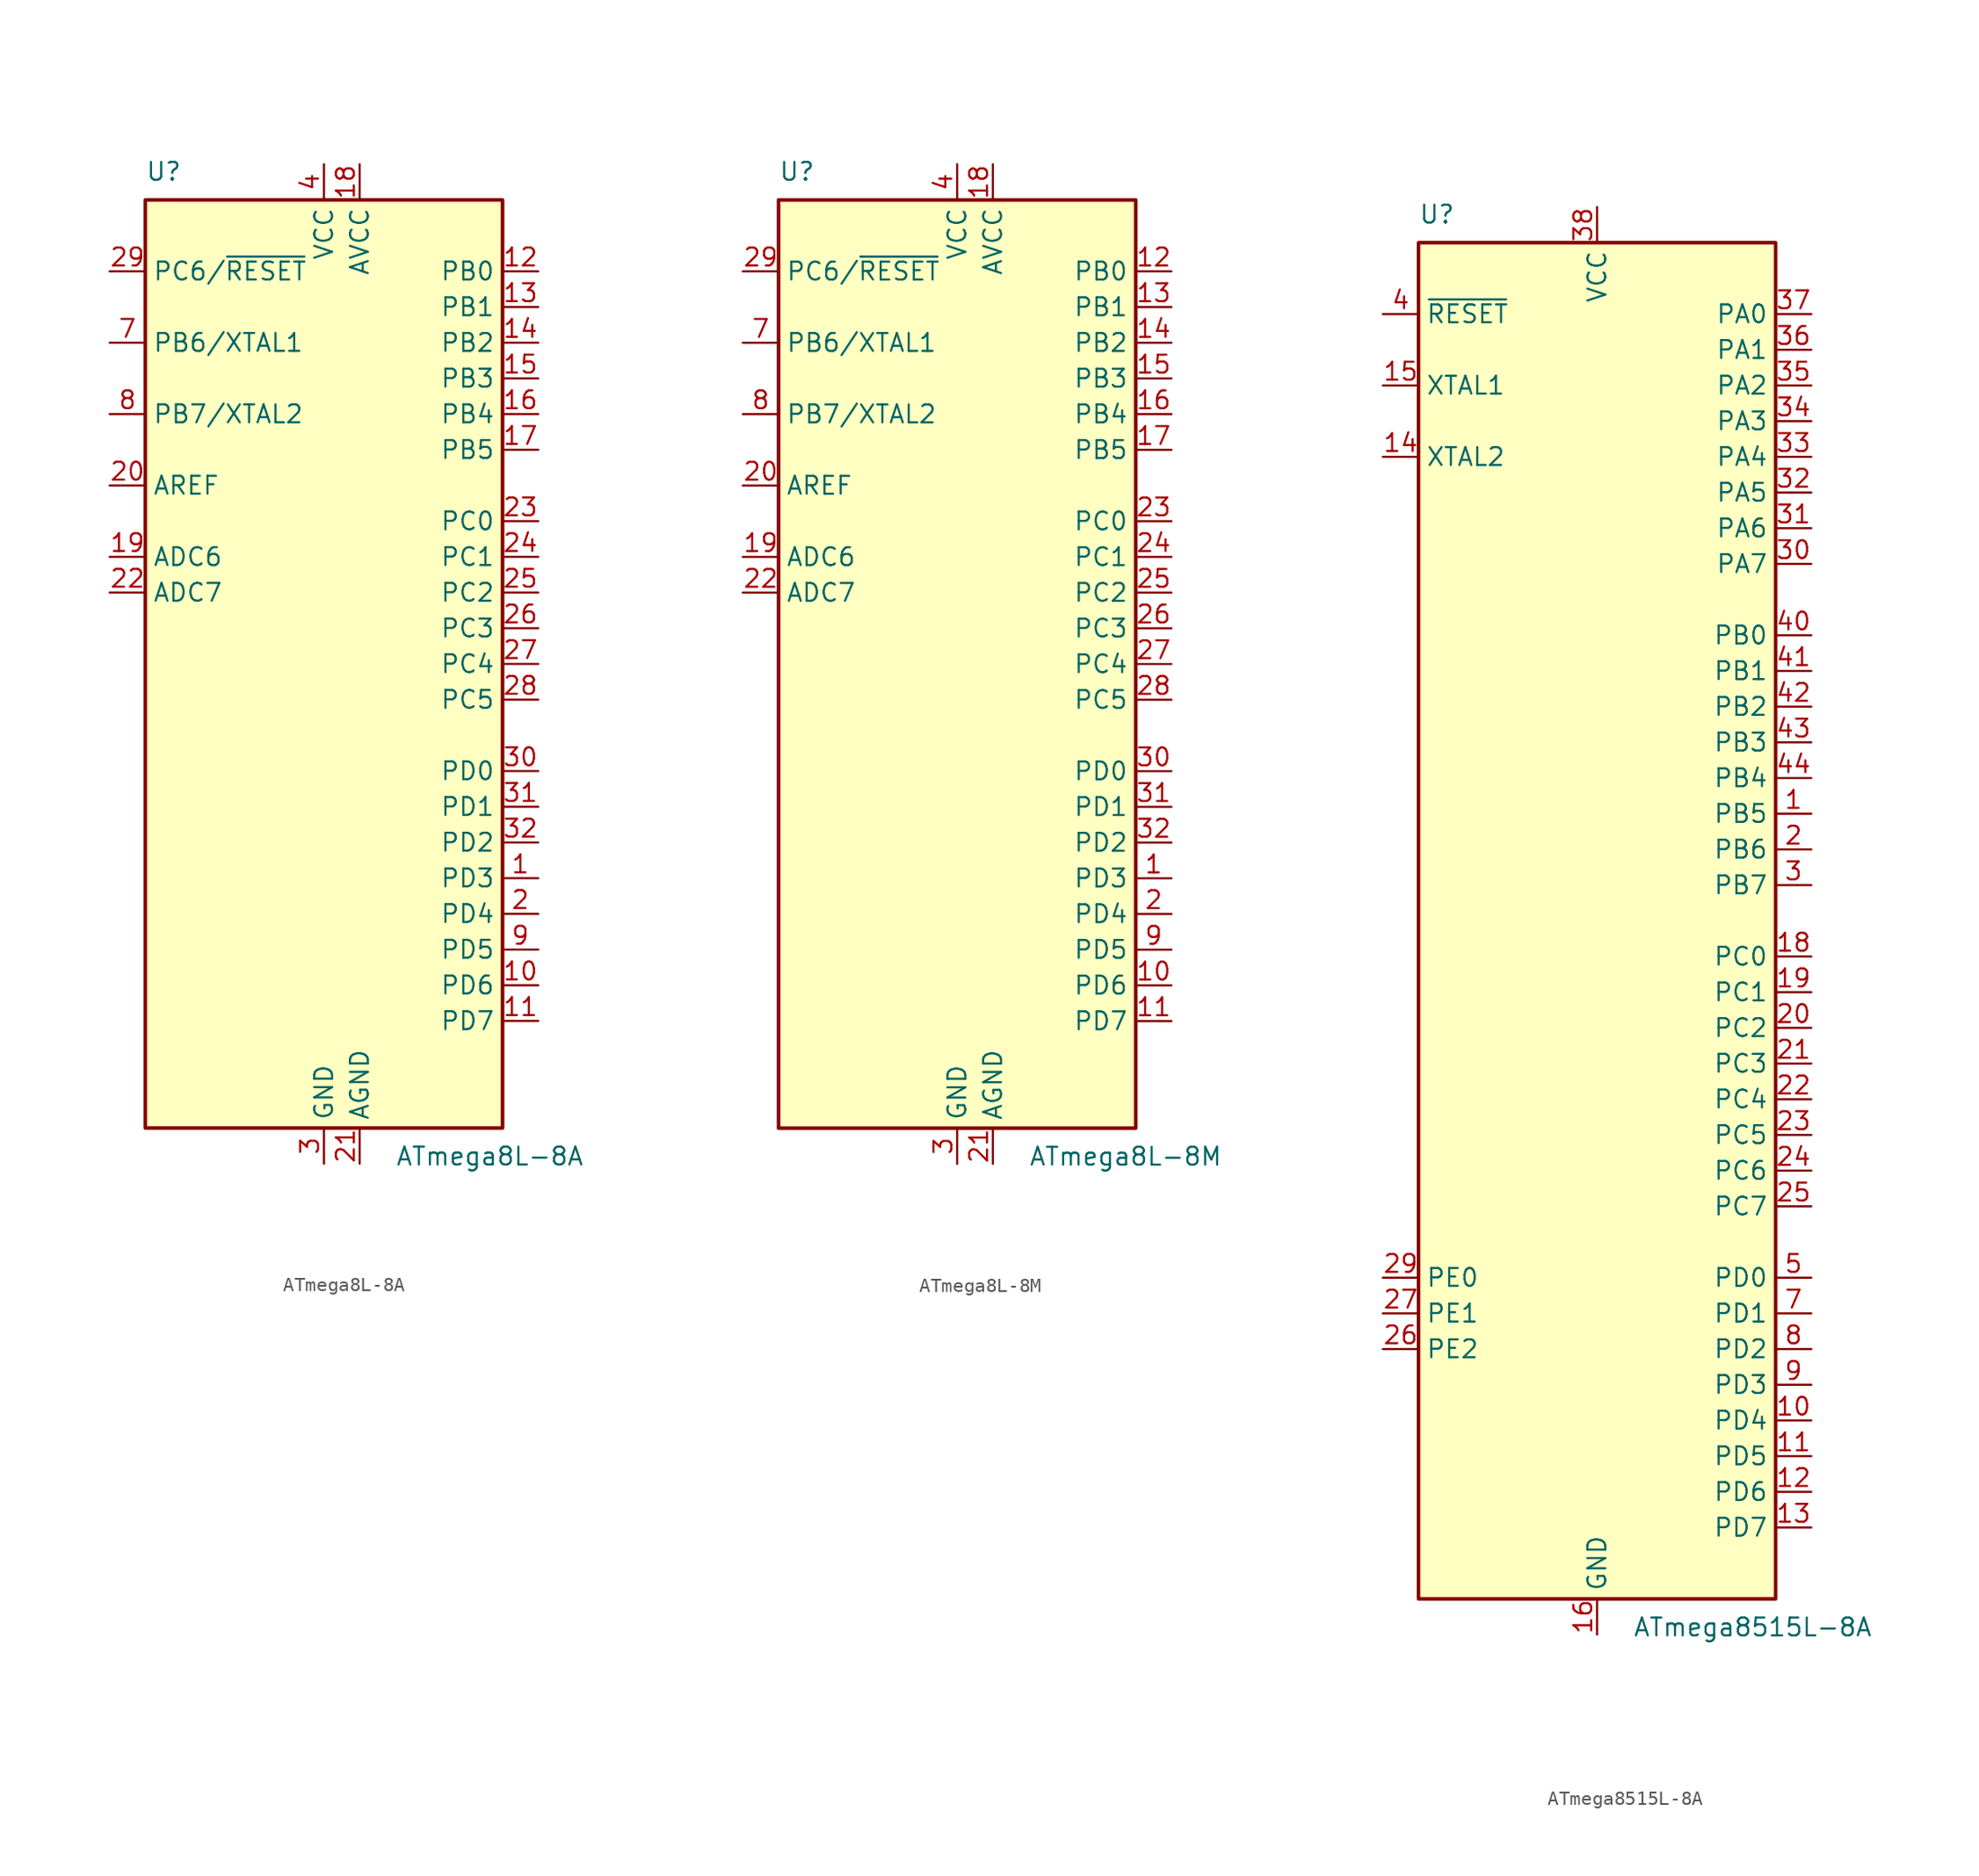
<source format=kicad_sym>
(kicad_symbol_lib
  (version 20211014)
  (generator kicad_symbol_editor)
  (symbol "ATmega8L-8A"
    (property "Reference" "U"
      (at -12.7 34.29 0)
      (effects (font (size 1.27 1.27)) (justify left bottom)))
    (property "Value" "ATmega8L-8A"
      (at 5.08 -34.29 0)
      (effects (font (size 1.27 1.27)) (justify left top)))
    (symbol "ATmega8L-8A_0_1"
      (rectangle (start -12.7 -33.02) (end 12.7 33.02) (stroke (width 0.254) (type default) (color 0 0 0 0)) (fill (type background))))
    (symbol "ATmega8L-8A_1_1"
      (pin bidirectional line (at 15.24 -15.24 180) (length 2.54) (name "PD3" (effects (font (size 1.27 1.27)))) (number "1" (effects (font (size 1.27 1.27)))))
      (pin bidirectional line (at 15.24 -22.86 180) (length 2.54) (name "PD6" (effects (font (size 1.27 1.27)))) (number "10" (effects (font (size 1.27 1.27)))))
      (pin bidirectional line (at 15.24 -25.4 180) (length 2.54) (name "PD7" (effects (font (size 1.27 1.27)))) (number "11" (effects (font (size 1.27 1.27)))))
      (pin bidirectional line (at 15.24 27.94 180) (length 2.54) (name "PB0" (effects (font (size 1.27 1.27)))) (number "12" (effects (font (size 1.27 1.27)))))
      (pin bidirectional line (at 15.24 25.4 180) (length 2.54) (name "PB1" (effects (font (size 1.27 1.27)))) (number "13" (effects (font (size 1.27 1.27)))))
      (pin bidirectional line (at 15.24 22.86 180) (length 2.54) (name "PB2" (effects (font (size 1.27 1.27)))) (number "14" (effects (font (size 1.27 1.27)))))
      (pin bidirectional line (at 15.24 20.32 180) (length 2.54) (name "PB3" (effects (font (size 1.27 1.27)))) (number "15" (effects (font (size 1.27 1.27)))))
      (pin bidirectional line (at 15.24 17.78 180) (length 2.54) (name "PB4" (effects (font (size 1.27 1.27)))) (number "16" (effects (font (size 1.27 1.27)))))
      (pin bidirectional line (at 15.24 15.24 180) (length 2.54) (name "PB5" (effects (font (size 1.27 1.27)))) (number "17" (effects (font (size 1.27 1.27)))))
      (pin power_in line (at 2.54 35.56 270) (length 2.54) (name "AVCC" (effects (font (size 1.27 1.27)))) (number "18" (effects (font (size 1.27 1.27)))))
      (pin input line (at -15.24 7.62 0) (length 2.54) (name "ADC6" (effects (font (size 1.27 1.27)))) (number "19" (effects (font (size 1.27 1.27)))))
      (pin bidirectional line (at 15.24 -17.78 180) (length 2.54) (name "PD4" (effects (font (size 1.27 1.27)))) (number "2" (effects (font (size 1.27 1.27)))))
      (pin passive line (at -15.24 12.7 0) (length 2.54) (name "AREF" (effects (font (size 1.27 1.27)))) (number "20" (effects (font (size 1.27 1.27)))))
      (pin power_in line (at 2.54 -35.56 90) (length 2.54) (name "AGND" (effects (font (size 1.27 1.27)))) (number "21" (effects (font (size 1.27 1.27)))))
      (pin input line (at -15.24 5.08 0) (length 2.54) (name "ADC7" (effects (font (size 1.27 1.27)))) (number "22" (effects (font (size 1.27 1.27)))))
      (pin bidirectional line (at 15.24 10.16 180) (length 2.54) (name "PC0" (effects (font (size 1.27 1.27)))) (number "23" (effects (font (size 1.27 1.27)))))
      (pin bidirectional line (at 15.24 7.62 180) (length 2.54) (name "PC1" (effects (font (size 1.27 1.27)))) (number "24" (effects (font (size 1.27 1.27)))))
      (pin bidirectional line (at 15.24 5.08 180) (length 2.54) (name "PC2" (effects (font (size 1.27 1.27)))) (number "25" (effects (font (size 1.27 1.27)))))
      (pin bidirectional line (at 15.24 2.54 180) (length 2.54) (name "PC3" (effects (font (size 1.27 1.27)))) (number "26" (effects (font (size 1.27 1.27)))))
      (pin bidirectional line (at 15.24 0 180) (length 2.54) (name "PC4" (effects (font (size 1.27 1.27)))) (number "27" (effects (font (size 1.27 1.27)))))
      (pin bidirectional line (at 15.24 -2.54 180) (length 2.54) (name "PC5" (effects (font (size 1.27 1.27)))) (number "28" (effects (font (size 1.27 1.27)))))
      (pin bidirectional line (at -15.24 27.94 0) (length 2.54) (name "PC6/~{RESET}" (effects (font (size 1.27 1.27)))) (number "29" (effects (font (size 1.27 1.27)))))
      (pin power_in line (at 0 -35.56 90) (length 2.54) (name "GND" (effects (font (size 1.27 1.27)))) (number "3" (effects (font (size 1.27 1.27)))))
      (pin bidirectional line (at 15.24 -7.62 180) (length 2.54) (name "PD0" (effects (font (size 1.27 1.27)))) (number "30" (effects (font (size 1.27 1.27)))))
      (pin bidirectional line (at 15.24 -10.16 180) (length 2.54) (name "PD1" (effects (font (size 1.27 1.27)))) (number "31" (effects (font (size 1.27 1.27)))))
      (pin bidirectional line (at 15.24 -12.7 180) (length 2.54) (name "PD2" (effects (font (size 1.27 1.27)))) (number "32" (effects (font (size 1.27 1.27)))))
      (pin power_in line (at 0 35.56 270) (length 2.54) (name "VCC" (effects (font (size 1.27 1.27)))) (number "4" (effects (font (size 1.27 1.27)))))
      (pin passive line (at 0 -35.56 90) (length 2.54) hide (name "GND" (effects (font (size 1.27 1.27)))) (number "5" (effects (font (size 1.27 1.27)))))
      (pin passive line (at 0 35.56 270) (length 2.54) hide (name "VCC" (effects (font (size 1.27 1.27)))) (number "6" (effects (font (size 1.27 1.27)))))
      (pin bidirectional line (at -15.24 22.86 0) (length 2.54) (name "PB6/XTAL1" (effects (font (size 1.27 1.27)))) (number "7" (effects (font (size 1.27 1.27)))))
      (pin bidirectional line (at -15.24 17.78 0) (length 2.54) (name "PB7/XTAL2" (effects (font (size 1.27 1.27)))) (number "8" (effects (font (size 1.27 1.27)))))
      (pin bidirectional line (at 15.24 -20.32 180) (length 2.54) (name "PD5" (effects (font (size 1.27 1.27)))) (number "9" (effects (font (size 1.27 1.27)))))))
  (symbol "ATmega8L-8M"
    (property "Reference" "U"
      (at -12.7 34.29 0)
      (effects (font (size 1.27 1.27)) (justify left bottom)))
    (property "Value" "ATmega8L-8M"
      (at 5.08 -34.29 0)
      (effects (font (size 1.27 1.27)) (justify left top)))
    (symbol "ATmega8L-8M_0_1"
      (rectangle (start -12.7 -33.02) (end 12.7 33.02) (stroke (width 0.254) (type default) (color 0 0 0 0)) (fill (type background))))
    (symbol "ATmega8L-8M_1_1"
      (pin bidirectional line (at 15.24 -15.24 180) (length 2.54) (name "PD3" (effects (font (size 1.27 1.27)))) (number "1" (effects (font (size 1.27 1.27)))))
      (pin bidirectional line (at 15.24 -22.86 180) (length 2.54) (name "PD6" (effects (font (size 1.27 1.27)))) (number "10" (effects (font (size 1.27 1.27)))))
      (pin bidirectional line (at 15.24 -25.4 180) (length 2.54) (name "PD7" (effects (font (size 1.27 1.27)))) (number "11" (effects (font (size 1.27 1.27)))))
      (pin bidirectional line (at 15.24 27.94 180) (length 2.54) (name "PB0" (effects (font (size 1.27 1.27)))) (number "12" (effects (font (size 1.27 1.27)))))
      (pin bidirectional line (at 15.24 25.4 180) (length 2.54) (name "PB1" (effects (font (size 1.27 1.27)))) (number "13" (effects (font (size 1.27 1.27)))))
      (pin bidirectional line (at 15.24 22.86 180) (length 2.54) (name "PB2" (effects (font (size 1.27 1.27)))) (number "14" (effects (font (size 1.27 1.27)))))
      (pin bidirectional line (at 15.24 20.32 180) (length 2.54) (name "PB3" (effects (font (size 1.27 1.27)))) (number "15" (effects (font (size 1.27 1.27)))))
      (pin bidirectional line (at 15.24 17.78 180) (length 2.54) (name "PB4" (effects (font (size 1.27 1.27)))) (number "16" (effects (font (size 1.27 1.27)))))
      (pin bidirectional line (at 15.24 15.24 180) (length 2.54) (name "PB5" (effects (font (size 1.27 1.27)))) (number "17" (effects (font (size 1.27 1.27)))))
      (pin power_in line (at 2.54 35.56 270) (length 2.54) (name "AVCC" (effects (font (size 1.27 1.27)))) (number "18" (effects (font (size 1.27 1.27)))))
      (pin input line (at -15.24 7.62 0) (length 2.54) (name "ADC6" (effects (font (size 1.27 1.27)))) (number "19" (effects (font (size 1.27 1.27)))))
      (pin bidirectional line (at 15.24 -17.78 180) (length 2.54) (name "PD4" (effects (font (size 1.27 1.27)))) (number "2" (effects (font (size 1.27 1.27)))))
      (pin passive line (at -15.24 12.7 0) (length 2.54) (name "AREF" (effects (font (size 1.27 1.27)))) (number "20" (effects (font (size 1.27 1.27)))))
      (pin power_in line (at 2.54 -35.56 90) (length 2.54) (name "AGND" (effects (font (size 1.27 1.27)))) (number "21" (effects (font (size 1.27 1.27)))))
      (pin input line (at -15.24 5.08 0) (length 2.54) (name "ADC7" (effects (font (size 1.27 1.27)))) (number "22" (effects (font (size 1.27 1.27)))))
      (pin bidirectional line (at 15.24 10.16 180) (length 2.54) (name "PC0" (effects (font (size 1.27 1.27)))) (number "23" (effects (font (size 1.27 1.27)))))
      (pin bidirectional line (at 15.24 7.62 180) (length 2.54) (name "PC1" (effects (font (size 1.27 1.27)))) (number "24" (effects (font (size 1.27 1.27)))))
      (pin bidirectional line (at 15.24 5.08 180) (length 2.54) (name "PC2" (effects (font (size 1.27 1.27)))) (number "25" (effects (font (size 1.27 1.27)))))
      (pin bidirectional line (at 15.24 2.54 180) (length 2.54) (name "PC3" (effects (font (size 1.27 1.27)))) (number "26" (effects (font (size 1.27 1.27)))))
      (pin bidirectional line (at 15.24 0 180) (length 2.54) (name "PC4" (effects (font (size 1.27 1.27)))) (number "27" (effects (font (size 1.27 1.27)))))
      (pin bidirectional line (at 15.24 -2.54 180) (length 2.54) (name "PC5" (effects (font (size 1.27 1.27)))) (number "28" (effects (font (size 1.27 1.27)))))
      (pin bidirectional line (at -15.24 27.94 0) (length 2.54) (name "PC6/~{RESET}" (effects (font (size 1.27 1.27)))) (number "29" (effects (font (size 1.27 1.27)))))
      (pin power_in line (at 0 -35.56 90) (length 2.54) (name "GND" (effects (font (size 1.27 1.27)))) (number "3" (effects (font (size 1.27 1.27)))))
      (pin bidirectional line (at 15.24 -7.62 180) (length 2.54) (name "PD0" (effects (font (size 1.27 1.27)))) (number "30" (effects (font (size 1.27 1.27)))))
      (pin bidirectional line (at 15.24 -10.16 180) (length 2.54) (name "PD1" (effects (font (size 1.27 1.27)))) (number "31" (effects (font (size 1.27 1.27)))))
      (pin bidirectional line (at 15.24 -12.7 180) (length 2.54) (name "PD2" (effects (font (size 1.27 1.27)))) (number "32" (effects (font (size 1.27 1.27)))))
      (pin passive line (at 0 -35.56 90) (length 2.54) hide (name "GND" (effects (font (size 1.27 1.27)))) (number "33" (effects (font (size 1.27 1.27)))))
      (pin power_in line (at 0 35.56 270) (length 2.54) (name "VCC" (effects (font (size 1.27 1.27)))) (number "4" (effects (font (size 1.27 1.27)))))
      (pin passive line (at 0 -35.56 90) (length 2.54) hide (name "GND" (effects (font (size 1.27 1.27)))) (number "5" (effects (font (size 1.27 1.27)))))
      (pin passive line (at 0 35.56 270) (length 2.54) hide (name "VCC" (effects (font (size 1.27 1.27)))) (number "6" (effects (font (size 1.27 1.27)))))
      (pin bidirectional line (at -15.24 22.86 0) (length 2.54) (name "PB6/XTAL1" (effects (font (size 1.27 1.27)))) (number "7" (effects (font (size 1.27 1.27)))))
      (pin bidirectional line (at -15.24 17.78 0) (length 2.54) (name "PB7/XTAL2" (effects (font (size 1.27 1.27)))) (number "8" (effects (font (size 1.27 1.27)))))
      (pin bidirectional line (at 15.24 -20.32 180) (length 2.54) (name "PD5" (effects (font (size 1.27 1.27)))) (number "9" (effects (font (size 1.27 1.27)))))))
  (symbol "ATmega8515L-8A"
    (property "Reference" "U"
      (at -12.7 49.53 0)
      (effects (font (size 1.27 1.27)) (justify left bottom)))
    (property "Value" "ATmega8515L-8A"
      (at 2.54 -49.53 0)
      (effects (font (size 1.27 1.27)) (justify left top)))
    (symbol "ATmega8515L-8A_0_1"
      (rectangle (start -12.7 -48.26) (end 12.7 48.26) (stroke (width 0.254) (type default) (color 0 0 0 0)) (fill (type background))))
    (symbol "ATmega8515L-8A_1_1"
      (pin bidirectional line (at 15.24 7.62 180) (length 2.54) (name "PB5" (effects (font (size 1.27 1.27)))) (number "1" (effects (font (size 1.27 1.27)))))
      (pin bidirectional line (at 15.24 -35.56 180) (length 2.54) (name "PD4" (effects (font (size 1.27 1.27)))) (number "10" (effects (font (size 1.27 1.27)))))
      (pin bidirectional line (at 15.24 -38.1 180) (length 2.54) (name "PD5" (effects (font (size 1.27 1.27)))) (number "11" (effects (font (size 1.27 1.27)))))
      (pin bidirectional line (at 15.24 -40.64 180) (length 2.54) (name "PD6" (effects (font (size 1.27 1.27)))) (number "12" (effects (font (size 1.27 1.27)))))
      (pin bidirectional line (at 15.24 -43.18 180) (length 2.54) (name "PD7" (effects (font (size 1.27 1.27)))) (number "13" (effects (font (size 1.27 1.27)))))
      (pin output line (at -15.24 33.02 0) (length 2.54) (name "XTAL2" (effects (font (size 1.27 1.27)))) (number "14" (effects (font (size 1.27 1.27)))))
      (pin input line (at -15.24 38.1 0) (length 2.54) (name "XTAL1" (effects (font (size 1.27 1.27)))) (number "15" (effects (font (size 1.27 1.27)))))
      (pin power_in line (at 0 -50.8 90) (length 2.54) (name "GND" (effects (font (size 1.27 1.27)))) (number "16" (effects (font (size 1.27 1.27)))))
      (pin no_connect line (at -12.7 -40.64 0) (length 2.54) hide (name "NC" (effects (font (size 1.27 1.27)))) (number "17" (effects (font (size 1.27 1.27)))))
      (pin bidirectional line (at 15.24 -2.54 180) (length 2.54) (name "PC0" (effects (font (size 1.27 1.27)))) (number "18" (effects (font (size 1.27 1.27)))))
      (pin bidirectional line (at 15.24 -5.08 180) (length 2.54) (name "PC1" (effects (font (size 1.27 1.27)))) (number "19" (effects (font (size 1.27 1.27)))))
      (pin bidirectional line (at 15.24 5.08 180) (length 2.54) (name "PB6" (effects (font (size 1.27 1.27)))) (number "2" (effects (font (size 1.27 1.27)))))
      (pin bidirectional line (at 15.24 -7.62 180) (length 2.54) (name "PC2" (effects (font (size 1.27 1.27)))) (number "20" (effects (font (size 1.27 1.27)))))
      (pin bidirectional line (at 15.24 -10.16 180) (length 2.54) (name "PC3" (effects (font (size 1.27 1.27)))) (number "21" (effects (font (size 1.27 1.27)))))
      (pin bidirectional line (at 15.24 -12.7 180) (length 2.54) (name "PC4" (effects (font (size 1.27 1.27)))) (number "22" (effects (font (size 1.27 1.27)))))
      (pin bidirectional line (at 15.24 -15.24 180) (length 2.54) (name "PC5" (effects (font (size 1.27 1.27)))) (number "23" (effects (font (size 1.27 1.27)))))
      (pin bidirectional line (at 15.24 -17.78 180) (length 2.54) (name "PC6" (effects (font (size 1.27 1.27)))) (number "24" (effects (font (size 1.27 1.27)))))
      (pin bidirectional line (at 15.24 -20.32 180) (length 2.54) (name "PC7" (effects (font (size 1.27 1.27)))) (number "25" (effects (font (size 1.27 1.27)))))
      (pin bidirectional line (at -15.24 -30.48 0) (length 2.54) (name "PE2" (effects (font (size 1.27 1.27)))) (number "26" (effects (font (size 1.27 1.27)))))
      (pin bidirectional line (at -15.24 -27.94 0) (length 2.54) (name "PE1" (effects (font (size 1.27 1.27)))) (number "27" (effects (font (size 1.27 1.27)))))
      (pin no_connect line (at -12.7 -43.18 0) (length 2.54) hide (name "NC" (effects (font (size 1.27 1.27)))) (number "28" (effects (font (size 1.27 1.27)))))
      (pin bidirectional line (at -15.24 -25.4 0) (length 2.54) (name "PE0" (effects (font (size 1.27 1.27)))) (number "29" (effects (font (size 1.27 1.27)))))
      (pin bidirectional line (at 15.24 2.54 180) (length 2.54) (name "PB7" (effects (font (size 1.27 1.27)))) (number "3" (effects (font (size 1.27 1.27)))))
      (pin bidirectional line (at 15.24 25.4 180) (length 2.54) (name "PA7" (effects (font (size 1.27 1.27)))) (number "30" (effects (font (size 1.27 1.27)))))
      (pin bidirectional line (at 15.24 27.94 180) (length 2.54) (name "PA6" (effects (font (size 1.27 1.27)))) (number "31" (effects (font (size 1.27 1.27)))))
      (pin bidirectional line (at 15.24 30.48 180) (length 2.54) (name "PA5" (effects (font (size 1.27 1.27)))) (number "32" (effects (font (size 1.27 1.27)))))
      (pin bidirectional line (at 15.24 33.02 180) (length 2.54) (name "PA4" (effects (font (size 1.27 1.27)))) (number "33" (effects (font (size 1.27 1.27)))))
      (pin bidirectional line (at 15.24 35.56 180) (length 2.54) (name "PA3" (effects (font (size 1.27 1.27)))) (number "34" (effects (font (size 1.27 1.27)))))
      (pin bidirectional line (at 15.24 38.1 180) (length 2.54) (name "PA2" (effects (font (size 1.27 1.27)))) (number "35" (effects (font (size 1.27 1.27)))))
      (pin bidirectional line (at 15.24 40.64 180) (length 2.54) (name "PA1" (effects (font (size 1.27 1.27)))) (number "36" (effects (font (size 1.27 1.27)))))
      (pin bidirectional line (at 15.24 43.18 180) (length 2.54) (name "PA0" (effects (font (size 1.27 1.27)))) (number "37" (effects (font (size 1.27 1.27)))))
      (pin power_in line (at 0 50.8 270) (length 2.54) (name "VCC" (effects (font (size 1.27 1.27)))) (number "38" (effects (font (size 1.27 1.27)))))
      (pin no_connect line (at -12.7 -45.72 0) (length 2.54) hide (name "NC" (effects (font (size 1.27 1.27)))) (number "39" (effects (font (size 1.27 1.27)))))
      (pin input line (at -15.24 43.18 0) (length 2.54) (name "~{RESET}" (effects (font (size 1.27 1.27)))) (number "4" (effects (font (size 1.27 1.27)))))
      (pin bidirectional line (at 15.24 20.32 180) (length 2.54) (name "PB0" (effects (font (size 1.27 1.27)))) (number "40" (effects (font (size 1.27 1.27)))))
      (pin bidirectional line (at 15.24 17.78 180) (length 2.54) (name "PB1" (effects (font (size 1.27 1.27)))) (number "41" (effects (font (size 1.27 1.27)))))
      (pin bidirectional line (at 15.24 15.24 180) (length 2.54) (name "PB2" (effects (font (size 1.27 1.27)))) (number "42" (effects (font (size 1.27 1.27)))))
      (pin bidirectional line (at 15.24 12.7 180) (length 2.54) (name "PB3" (effects (font (size 1.27 1.27)))) (number "43" (effects (font (size 1.27 1.27)))))
      (pin bidirectional line (at 15.24 10.16 180) (length 2.54) (name "PB4" (effects (font (size 1.27 1.27)))) (number "44" (effects (font (size 1.27 1.27)))))
      (pin bidirectional line (at 15.24 -25.4 180) (length 2.54) (name "PD0" (effects (font (size 1.27 1.27)))) (number "5" (effects (font (size 1.27 1.27)))))
      (pin no_connect line (at -12.7 -38.1 0) (length 2.54) hide (name "NC" (effects (font (size 1.27 1.27)))) (number "6" (effects (font (size 1.27 1.27)))))
      (pin bidirectional line (at 15.24 -27.94 180) (length 2.54) (name "PD1" (effects (font (size 1.27 1.27)))) (number "7" (effects (font (size 1.27 1.27)))))
      (pin bidirectional line (at 15.24 -30.48 180) (length 2.54) (name "PD2" (effects (font (size 1.27 1.27)))) (number "8" (effects (font (size 1.27 1.27)))))
      (pin bidirectional line (at 15.24 -33.02 180) (length 2.54) (name "PD3" (effects (font (size 1.27 1.27)))) (number "9" (effects (font (size 1.27 1.27))))))))
</source>
